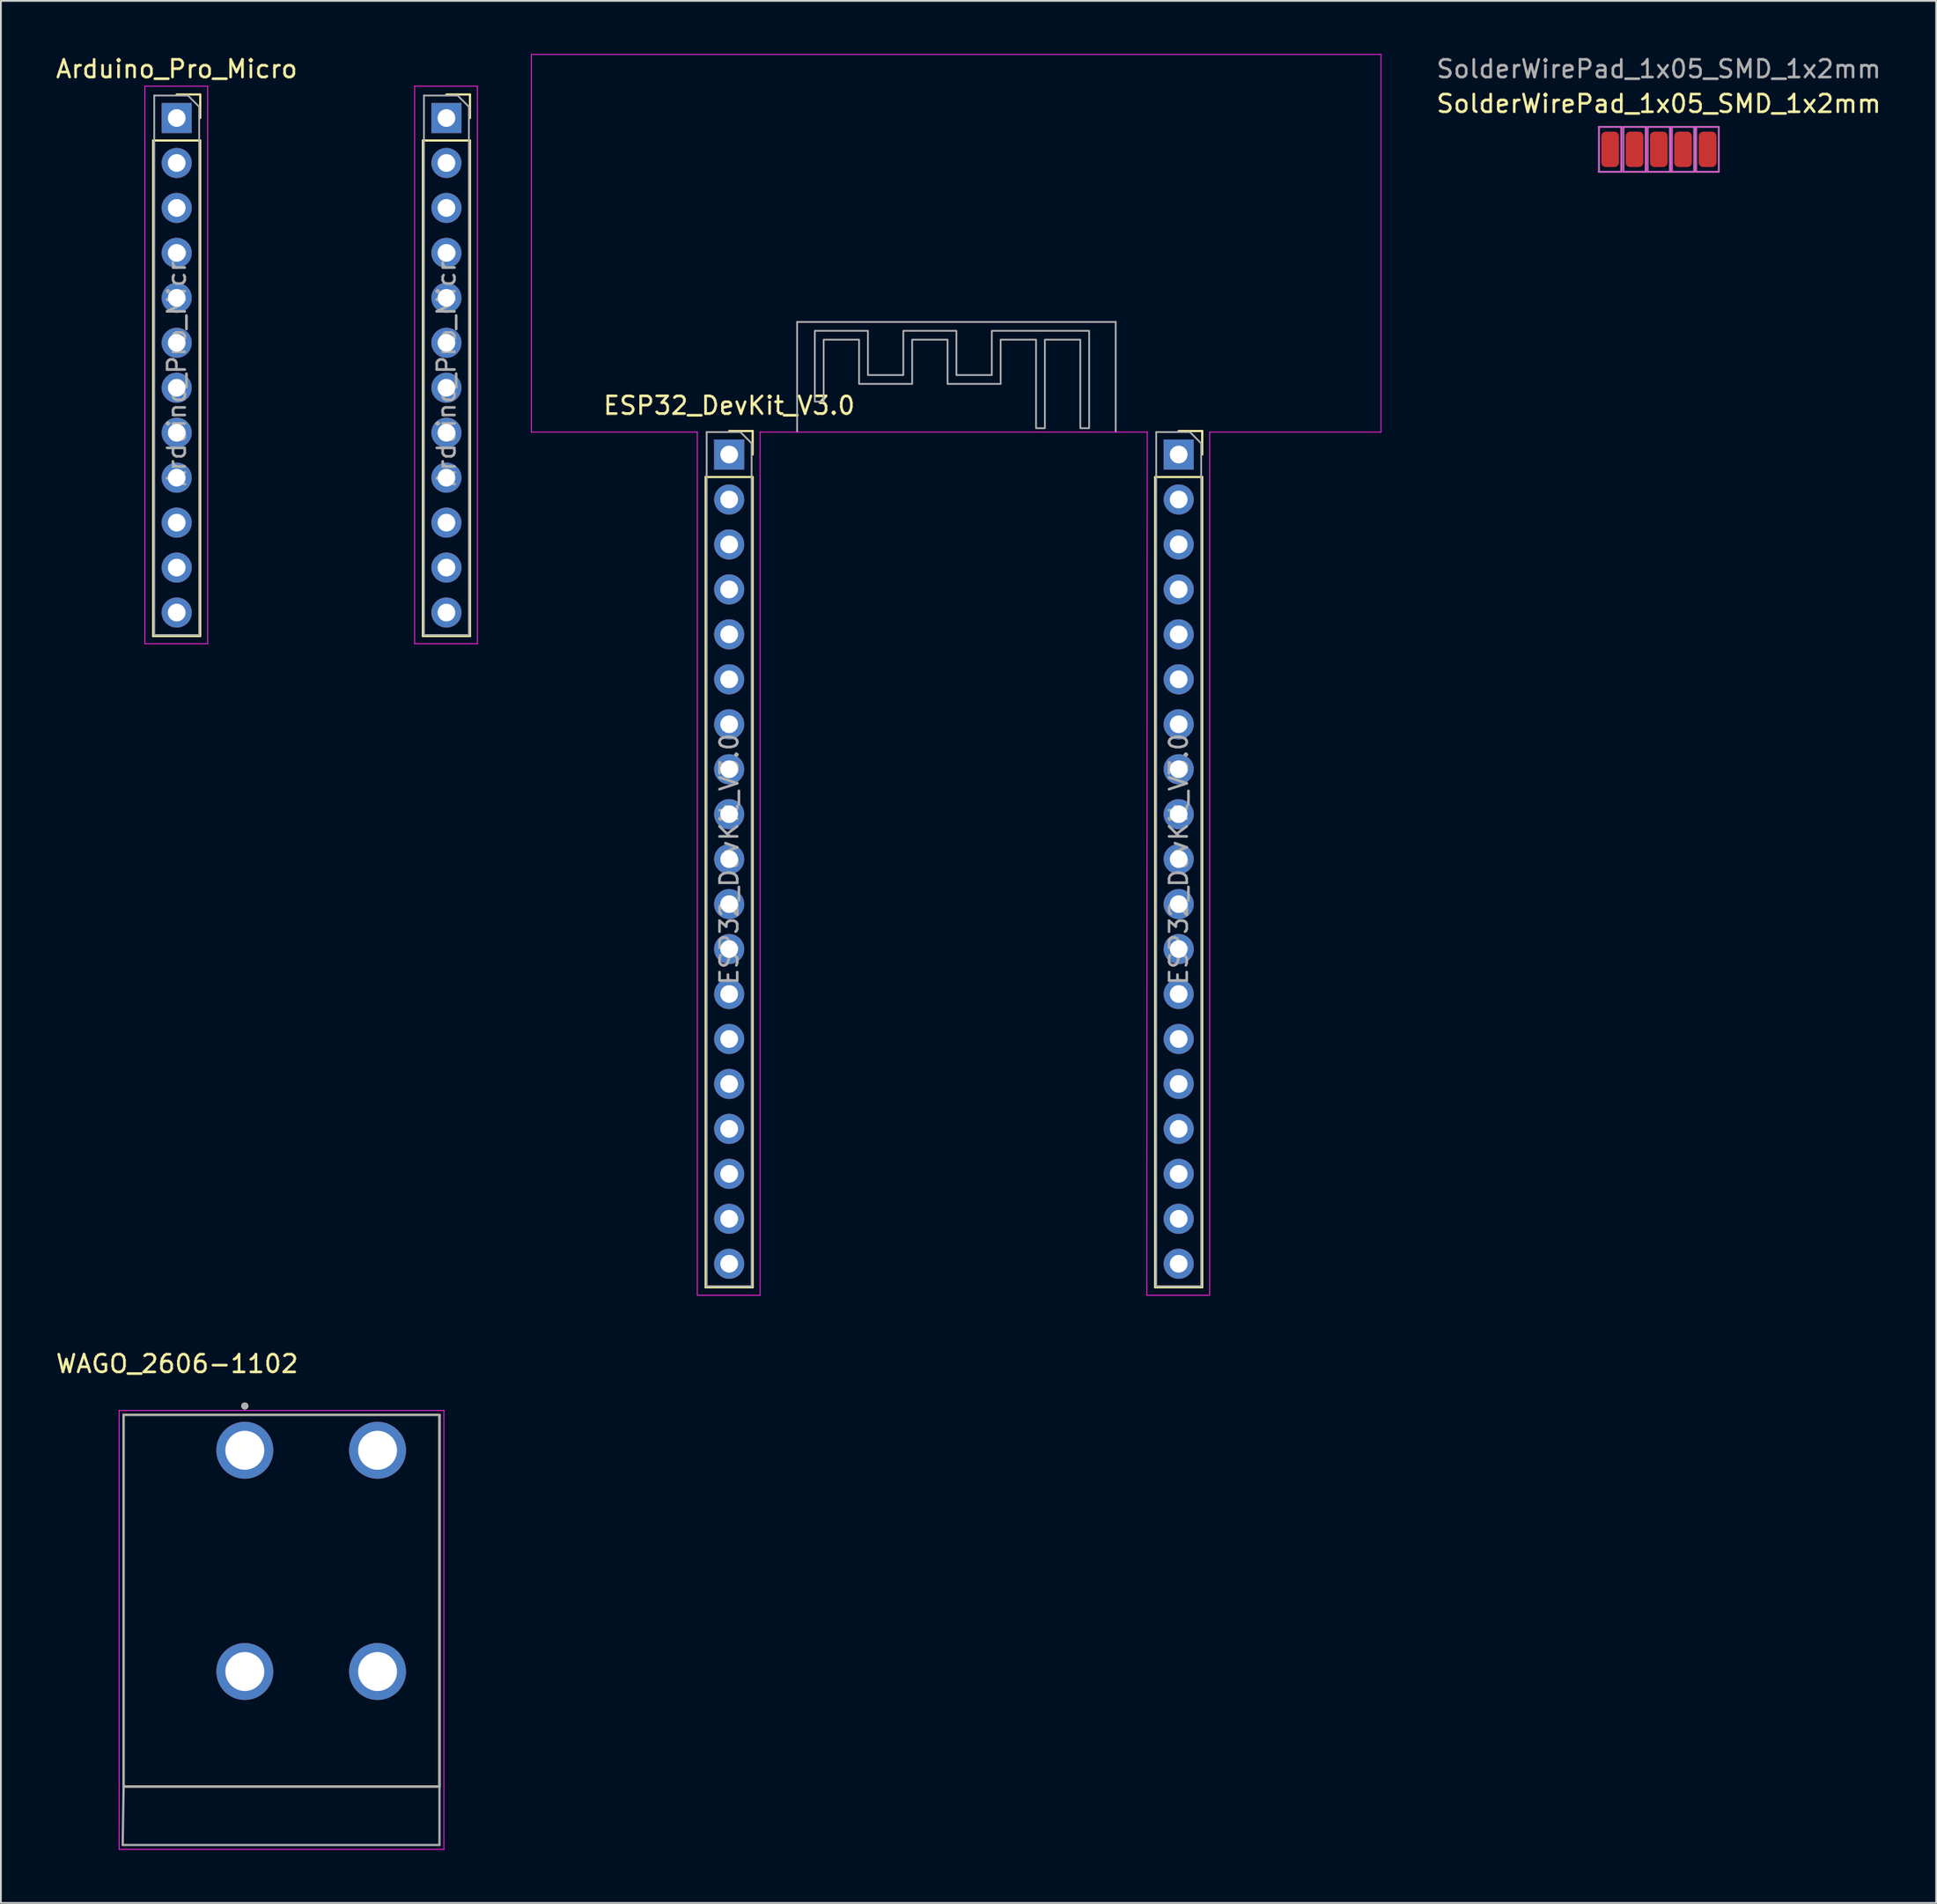
<source format=kicad_pcb>
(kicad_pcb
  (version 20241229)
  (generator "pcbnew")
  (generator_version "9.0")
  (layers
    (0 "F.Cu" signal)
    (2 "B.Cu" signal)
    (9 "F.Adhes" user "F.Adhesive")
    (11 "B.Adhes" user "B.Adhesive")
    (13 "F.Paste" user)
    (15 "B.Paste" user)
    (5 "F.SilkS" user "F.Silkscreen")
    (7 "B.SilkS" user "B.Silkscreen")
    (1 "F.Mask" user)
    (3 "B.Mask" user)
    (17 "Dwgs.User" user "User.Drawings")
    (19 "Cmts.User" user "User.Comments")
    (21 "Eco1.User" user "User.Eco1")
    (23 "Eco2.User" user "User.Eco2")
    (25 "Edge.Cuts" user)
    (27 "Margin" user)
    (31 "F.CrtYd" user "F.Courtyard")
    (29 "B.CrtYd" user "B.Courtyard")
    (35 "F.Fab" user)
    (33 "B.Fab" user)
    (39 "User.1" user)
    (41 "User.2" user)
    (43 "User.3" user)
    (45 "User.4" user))
  (footprint "Arduino_Pro_Micro"
    (layer "F.Cu")
    (at 6.935 3.618)
    (property "Reference" "Arduino_Pro_Micro" (at 0 -2.77 0) (layer "F.SilkS") (effects (font (size 1 1) (thickness 0.15))))
    (attr through_hole)
    (fp_line (start -1.33 1.27) (end -1.33 29.27) (stroke (width 0.12) (type solid)) (layer "F.SilkS"))
    (fp_line (start -1.33 1.27) (end 1.33 1.27) (stroke (width 0.12) (type solid)) (layer "F.SilkS"))
    (fp_line (start -1.33 29.27) (end 1.33 29.27) (stroke (width 0.12) (type solid)) (layer "F.SilkS"))
    (fp_line (start 0 -1.33) (end 1.33 -1.33) (stroke (width 0.12) (type solid)) (layer "F.SilkS"))
    (fp_line (start 1.33 -1.33) (end 1.33 0) (stroke (width 0.12) (type solid)) (layer "F.SilkS"))
    (fp_line (start 1.33 1.27) (end 1.33 29.27) (stroke (width 0.12) (type solid)) (layer "F.SilkS"))
    (fp_line (start 13.91 1.27) (end 13.91 29.27) (stroke (width 0.12) (type solid)) (layer "F.SilkS"))
    (fp_line (start 13.91 1.27) (end 16.57 1.27) (stroke (width 0.12) (type solid)) (layer "F.SilkS"))
    (fp_line (start 13.91 29.27) (end 16.57 29.27) (stroke (width 0.12) (type solid)) (layer "F.SilkS"))
    (fp_line (start 15.24 -1.33) (end 16.57 -1.33) (stroke (width 0.12) (type solid)) (layer "F.SilkS"))
    (fp_line (start 16.57 -1.33) (end 16.57 0) (stroke (width 0.12) (type solid)) (layer "F.SilkS"))
    (fp_line (start 16.57 1.27) (end 16.57 29.27) (stroke (width 0.12) (type solid)) (layer "F.SilkS"))
    (fp_line (start -1.8 -1.8) (end 1.75 -1.8) (stroke (width 0.05) (type solid)) (layer "F.CrtYd"))
    (fp_line (start -1.8 29.7) (end -1.8 -1.8) (stroke (width 0.05) (type solid)) (layer "F.CrtYd"))
    (fp_line (start 1.75 -1.8) (end 1.75 29.7) (stroke (width 0.05) (type solid)) (layer "F.CrtYd"))
    (fp_line (start 1.75 29.7) (end -1.8 29.7) (stroke (width 0.05) (type solid)) (layer "F.CrtYd"))
    (fp_line (start 13.44 -1.8) (end 16.99 -1.8) (stroke (width 0.05) (type solid)) (layer "F.CrtYd"))
    (fp_line (start 13.44 29.7) (end 13.44 -1.8) (stroke (width 0.05) (type solid)) (layer "F.CrtYd"))
    (fp_line (start 16.99 -1.8) (end 16.99 29.7) (stroke (width 0.05) (type solid)) (layer "F.CrtYd"))
    (fp_line (start 16.99 29.7) (end 13.44 29.7) (stroke (width 0.05) (type solid)) (layer "F.CrtYd"))
    (fp_line (start -1.27 -1.27) (end 0.635 -1.27) (stroke (width 0.1) (type solid)) (layer "F.Fab"))
    (fp_line (start -1.27 29.21) (end -1.27 -1.27) (stroke (width 0.1) (type solid)) (layer "F.Fab"))
    (fp_line (start 0.635 -1.27) (end 1.27 -0.635) (stroke (width 0.1) (type solid)) (layer "F.Fab"))
    (fp_line (start 1.27 -0.635) (end 1.27 29.21) (stroke (width 0.1) (type solid)) (layer "F.Fab"))
    (fp_line (start 1.27 29.21) (end -1.27 29.21) (stroke (width 0.1) (type solid)) (layer "F.Fab"))
    (fp_line (start 13.97 -1.27) (end 15.875 -1.27) (stroke (width 0.1) (type solid)) (layer "F.Fab"))
    (fp_line (start 13.97 29.21) (end 13.97 -1.27) (stroke (width 0.1) (type solid)) (layer "F.Fab"))
    (fp_line (start 15.875 -1.27) (end 16.51 -0.635) (stroke (width 0.1) (type solid)) (layer "F.Fab"))
    (fp_line (start 16.51 -0.635) (end 16.51 29.21) (stroke (width 0.1) (type solid)) (layer "F.Fab"))
    (fp_line (start 16.51 29.21) (end 13.97 29.21) (stroke (width 0.1) (type solid)) (layer "F.Fab"))
    (fp_text user "${REFERENCE}" (at 0 13.97 90) (layer "F.Fab") (effects (font (size 1 1) (thickness 0.15))))
    (fp_text user "${REFERENCE}" (at 15.24 13.97 90) (layer "F.Fab") (effects (font (size 1 1) (thickness 0.15))))
    (pad "1" thru_hole rect (at 0 0) (size 1.7 1.7) (drill 1) (layers "*.Cu" "*.Mask"))
    (pad "2" thru_hole circle (at 0 2.54) (size 1.7 1.7) (drill 1) (layers "*.Cu" "*.Mask"))
    (pad "3" thru_hole circle (at 0 5.08) (size 1.7 1.7) (drill 1) (layers "*.Cu" "*.Mask"))
    (pad "4" thru_hole circle (at 0 7.62) (size 1.7 1.7) (drill 1) (layers "*.Cu" "*.Mask"))
    (pad "5" thru_hole circle (at 0 10.16) (size 1.7 1.7) (drill 1) (layers "*.Cu" "*.Mask"))
    (pad "6" thru_hole circle (at 0 12.7) (size 1.7 1.7) (drill 1) (layers "*.Cu" "*.Mask"))
    (pad "7" thru_hole circle (at 0 15.24) (size 1.7 1.7) (drill 1) (layers "*.Cu" "*.Mask"))
    (pad "8" thru_hole circle (at 0 17.78) (size 1.7 1.7) (drill 1) (layers "*.Cu" "*.Mask"))
    (pad "9" thru_hole circle (at 0 20.32) (size 1.7 1.7) (drill 1) (layers "*.Cu" "*.Mask"))
    (pad "10" thru_hole circle (at 0 22.86) (size 1.7 1.7) (drill 1) (layers "*.Cu" "*.Mask"))
    (pad "11" thru_hole circle (at 0 25.4) (size 1.7 1.7) (drill 1) (layers "*.Cu" "*.Mask"))
    (pad "12" thru_hole circle (at 0 27.94) (size 1.7 1.7) (drill 1) (layers "*.Cu" "*.Mask"))
    (pad "13" thru_hole circle (at 15.24 27.94) (size 1.7 1.7) (drill 1) (layers "*.Cu" "*.Mask"))
    (pad "14" thru_hole circle (at 15.24 25.4) (size 1.7 1.7) (drill 1) (layers "*.Cu" "*.Mask"))
    (pad "15" thru_hole circle (at 15.24 22.86) (size 1.7 1.7) (drill 1) (layers "*.Cu" "*.Mask"))
    (pad "16" thru_hole circle (at 15.24 20.32) (size 1.7 1.7) (drill 1) (layers "*.Cu" "*.Mask"))
    (pad "17" thru_hole circle (at 15.24 17.78) (size 1.7 1.7) (drill 1) (layers "*.Cu" "*.Mask"))
    (pad "18" thru_hole circle (at 15.24 15.24) (size 1.7 1.7) (drill 1) (layers "*.Cu" "*.Mask"))
    (pad "19" thru_hole circle (at 15.24 12.7) (size 1.7 1.7) (drill 1) (layers "*.Cu" "*.Mask"))
    (pad "20" thru_hole circle (at 15.24 10.16) (size 1.7 1.7) (drill 1) (layers "*.Cu" "*.Mask"))
    (pad "21" thru_hole circle (at 15.24 7.62) (size 1.7 1.7) (drill 1) (layers "*.Cu" "*.Mask"))
    (pad "22" thru_hole circle (at 15.24 5.08) (size 1.7 1.7) (drill 1) (layers "*.Cu" "*.Mask"))
    (pad "23" thru_hole circle (at 15.24 2.54) (size 1.7 1.7) (drill 1) (layers "*.Cu" "*.Mask"))
    (pad "24" thru_hole rect (at 15.24 0) (size 1.7 1.7) (drill 1) (layers "*.Cu" "*.Mask")))
  (footprint "ESP32_DevKit_V3.0"
    (layer "F.Cu")
    (at 38.151 27.711)
    (property "Reference" "ESP32_DevKit_V3.0" (at 0 -7.85 0) (layer "F.SilkS") (effects (font (size 1 1) (thickness 0.15))))
    (attr through_hole)
    (fp_line (start -1.33 -3.81) (end -1.33 41.97) (stroke (width 0.12) (type solid)) (layer "F.SilkS"))
    (fp_line (start -1.33 -3.81) (end 1.33 -3.81) (stroke (width 0.12) (type solid)) (layer "F.SilkS"))
    (fp_line (start -1.33 41.97) (end 1.33 41.97) (stroke (width 0.12) (type solid)) (layer "F.SilkS"))
    (fp_line (start 0 -6.41) (end 1.33 -6.41) (stroke (width 0.12) (type solid)) (layer "F.SilkS"))
    (fp_line (start 1.33 -6.41) (end 1.33 -5.08) (stroke (width 0.12) (type solid)) (layer "F.SilkS"))
    (fp_line (start 1.33 -3.81) (end 1.33 41.97) (stroke (width 0.12) (type solid)) (layer "F.SilkS"))
    (fp_line (start 24.07 -3.81) (end 24.07 41.97) (stroke (width 0.12) (type solid)) (layer "F.SilkS"))
    (fp_line (start 24.07 -3.81) (end 26.73 -3.81) (stroke (width 0.12) (type solid)) (layer "F.SilkS"))
    (fp_line (start 24.07 41.97) (end 26.73 41.97) (stroke (width 0.12) (type solid)) (layer "F.SilkS"))
    (fp_line (start 25.4 -6.41) (end 26.73 -6.41) (stroke (width 0.12) (type solid)) (layer "F.SilkS"))
    (fp_line (start 26.73 -6.41) (end 26.73 -5.08) (stroke (width 0.12) (type solid)) (layer "F.SilkS"))
    (fp_line (start 26.73 -3.81) (end 26.73 41.97) (stroke (width 0.12) (type solid)) (layer "F.SilkS"))
    (fp_line (start -11.176 -27.686) (end -11.176 -6.35) (stroke (width 0.05) (type default)) (layer "F.CrtYd"))
    (fp_line (start -11.176 -6.35) (end -1.8 -6.35) (stroke (width 0.05) (type default)) (layer "F.CrtYd"))
    (fp_line (start -1.8 42.42) (end -1.8 -6.35) (stroke (width 0.05) (type solid)) (layer "F.CrtYd"))
    (fp_line (start 1.75 -6.35) (end 1.75 42.42) (stroke (width 0.05) (type solid)) (layer "F.CrtYd"))
    (fp_line (start 1.75 -6.35) (end 23.622 -6.35) (stroke (width 0.05) (type default)) (layer "F.CrtYd"))
    (fp_line (start 1.75 42.42) (end -1.8 42.42) (stroke (width 0.05) (type solid)) (layer "F.CrtYd"))
    (fp_line (start 23.6 42.42) (end 23.622 -6.35) (stroke (width 0.05) (type solid)) (layer "F.CrtYd"))
    (fp_line (start 27.15 -6.35) (end 27.15 42.42) (stroke (width 0.05) (type solid)) (layer "F.CrtYd"))
    (fp_line (start 27.15 -6.35) (end 36.83 -6.35) (stroke (width 0.05) (type default)) (layer "F.CrtYd"))
    (fp_line (start 27.15 42.42) (end 23.6 42.42) (stroke (width 0.05) (type solid)) (layer "F.CrtYd"))
    (fp_line (start 36.83 -27.686) (end -11.176 -27.686) (stroke (width 0.05) (type default)) (layer "F.CrtYd"))
    (fp_line (start 36.83 -6.35) (end 36.83 -27.686) (stroke (width 0.05) (type default)) (layer "F.CrtYd"))
    (fp_line (start -1.27 -6.35) (end 0.635 -6.35) (stroke (width 0.1) (type solid)) (layer "F.Fab"))
    (fp_line (start -1.27 41.91) (end -1.27 -6.35) (stroke (width 0.1) (type solid)) (layer "F.Fab"))
    (fp_line (start 0.635 -6.35) (end 1.27 -5.715) (stroke (width 0.1) (type solid)) (layer "F.Fab"))
    (fp_line (start 1.27 -5.715) (end 1.27 41.91) (stroke (width 0.1) (type solid)) (layer "F.Fab"))
    (fp_line (start 1.27 41.91) (end -1.27 41.91) (stroke (width 0.1) (type solid)) (layer "F.Fab"))
    (fp_line (start 3.84 -12.57) (end 21.84 -12.57) (stroke (width 0.1) (type solid)) (layer "F.Fab"))
    (fp_line (start 3.84 -6.38) (end 3.84 -12.57) (stroke (width 0.1) (type solid)) (layer "F.Fab"))
    (fp_line (start 21.84 -12.57) (end 21.84 -6.38) (stroke (width 0.1) (type solid)) (layer "F.Fab"))
    (fp_line (start 24.13 -6.35) (end 26.035 -6.35) (stroke (width 0.1) (type solid)) (layer "F.Fab"))
    (fp_line (start 24.13 41.91) (end 24.13 -6.35) (stroke (width 0.1) (type solid)) (layer "F.Fab"))
    (fp_line (start 26.035 -6.35) (end 26.67 -5.715) (stroke (width 0.1) (type solid)) (layer "F.Fab"))
    (fp_line (start 26.67 -5.715) (end 26.67 41.91) (stroke (width 0.1) (type solid)) (layer "F.Fab"))
    (fp_line (start 26.67 41.91) (end 24.13 41.91) (stroke (width 0.1) (type solid)) (layer "F.Fab"))
    (fp_poly (pts (xy 7.84 -9.57) (xy 9.84 -9.57) (xy 9.84 -12.07) (xy 12.84 -12.07) (xy 12.84 -9.57) (xy 14.84 -9.57) (xy 14.84 -12.07) (xy 20.34 -12.07) (xy 20.34 -6.57) (xy 19.84 -6.57) (xy 19.84 -11.57) (xy 17.84 -11.57) (xy 17.84 -6.57) (xy 17.34 -6.57) (xy 17.34 -11.57) (xy 15.34 -11.57) (xy 15.34 -9.07) (xy 12.34 -9.07) (xy 12.34 -11.57) (xy 10.34 -11.57) (xy 10.34 -9.07) (xy 7.34 -9.07) (xy 7.34 -11.57) (xy 5.34 -11.57) (xy 5.34 -8.07) (xy 4.84 -8.07) (xy 4.84 -12.07) (xy 7.84 -12.07)) (stroke (width 0.1) (type solid)) (fill no) (layer "F.Fab"))
    (fp_text user "${REFERENCE}" (at 25.4 17.78 90) (layer "F.Fab") (effects (font (size 1 1) (thickness 0.15))))
    (fp_text user "${REFERENCE}" (at 0 17.78 90) (layer "F.Fab") (effects (font (size 1 1) (thickness 0.15))))
    (pad "1" thru_hole rect (at 0 -5.08) (size 1.7 1.7) (drill 1) (layers "*.Cu" "*.Mask"))
    (pad "2" thru_hole circle (at 0 -2.54) (size 1.7 1.7) (drill 1) (layers "*.Cu" "*.Mask"))
    (pad "3" thru_hole circle (at 0 0) (size 1.7 1.7) (drill 1) (layers "*.Cu" "*.Mask"))
    (pad "4" thru_hole circle (at 0 2.54) (size 1.7 1.7) (drill 1) (layers "*.Cu" "*.Mask"))
    (pad "5" thru_hole circle (at 0 5.08) (size 1.7 1.7) (drill 1) (layers "*.Cu" "*.Mask"))
    (pad "6" thru_hole circle (at 0 7.62) (size 1.7 1.7) (drill 1) (layers "*.Cu" "*.Mask"))
    (pad "7" thru_hole circle (at 0 10.16) (size 1.7 1.7) (drill 1) (layers "*.Cu" "*.Mask"))
    (pad "8" thru_hole circle (at 0 12.7) (size 1.7 1.7) (drill 1) (layers "*.Cu" "*.Mask"))
    (pad "9" thru_hole circle (at 0 15.24) (size 1.7 1.7) (drill 1) (layers "*.Cu" "*.Mask"))
    (pad "10" thru_hole circle (at 0 17.78) (size 1.7 1.7) (drill 1) (layers "*.Cu" "*.Mask"))
    (pad "11" thru_hole circle (at 0 20.32) (size 1.7 1.7) (drill 1) (layers "*.Cu" "*.Mask"))
    (pad "12" thru_hole circle (at 0 22.86) (size 1.7 1.7) (drill 1) (layers "*.Cu" "*.Mask"))
    (pad "13" thru_hole circle (at 0 25.4) (size 1.7 1.7) (drill 1) (layers "*.Cu" "*.Mask"))
    (pad "14" thru_hole circle (at 0 27.94) (size 1.7 1.7) (drill 1) (layers "*.Cu" "*.Mask"))
    (pad "15" thru_hole circle (at 0 30.48) (size 1.7 1.7) (drill 1) (layers "*.Cu" "*.Mask"))
    (pad "16" thru_hole circle (at 0 33.02) (size 1.7 1.7) (drill 1) (layers "*.Cu" "*.Mask"))
    (pad "17" thru_hole circle (at 0 35.56) (size 1.7 1.7) (drill 1) (layers "*.Cu" "*.Mask"))
    (pad "18" thru_hole circle (at 0 38.1) (size 1.7 1.7) (drill 1) (layers "*.Cu" "*.Mask"))
    (pad "19" thru_hole circle (at 0 40.64) (size 1.7 1.7) (drill 1) (layers "*.Cu" "*.Mask"))
    (pad "20" thru_hole circle (at 25.4 40.64) (size 1.7 1.7) (drill 1) (layers "*.Cu" "*.Mask"))
    (pad "21" thru_hole circle (at 25.4 38.1) (size 1.7 1.7) (drill 1) (layers "*.Cu" "*.Mask"))
    (pad "22" thru_hole circle (at 25.4 35.56) (size 1.7 1.7) (drill 1) (layers "*.Cu" "*.Mask"))
    (pad "23" thru_hole circle (at 25.4 33.02) (size 1.7 1.7) (drill 1) (layers "*.Cu" "*.Mask"))
    (pad "24" thru_hole circle (at 25.4 30.48) (size 1.7 1.7) (drill 1) (layers "*.Cu" "*.Mask"))
    (pad "25" thru_hole circle (at 25.4 27.94) (size 1.7 1.7) (drill 1) (layers "*.Cu" "*.Mask"))
    (pad "26" thru_hole circle (at 25.4 25.4) (size 1.7 1.7) (drill 1) (layers "*.Cu" "*.Mask"))
    (pad "27" thru_hole circle (at 25.4 22.86) (size 1.7 1.7) (drill 1) (layers "*.Cu" "*.Mask"))
    (pad "28" thru_hole circle (at 25.4 20.32) (size 1.7 1.7) (drill 1) (layers "*.Cu" "*.Mask"))
    (pad "29" thru_hole circle (at 25.4 17.78) (size 1.7 1.7) (drill 1) (layers "*.Cu" "*.Mask"))
    (pad "30" thru_hole circle (at 25.4 15.24) (size 1.7 1.7) (drill 1) (layers "*.Cu" "*.Mask"))
    (pad "31" thru_hole circle (at 25.4 12.7) (size 1.7 1.7) (drill 1) (layers "*.Cu" "*.Mask"))
    (pad "32" thru_hole circle (at 25.4 10.16) (size 1.7 1.7) (drill 1) (layers "*.Cu" "*.Mask"))
    (pad "33" thru_hole circle (at 25.4 7.62) (size 1.7 1.7) (drill 1) (layers "*.Cu" "*.Mask"))
    (pad "34" thru_hole circle (at 25.4 5.08) (size 1.7 1.7) (drill 1) (layers "*.Cu" "*.Mask"))
    (pad "35" thru_hole circle (at 25.4 2.54) (size 1.7 1.7) (drill 1) (layers "*.Cu" "*.Mask"))
    (pad "36" thru_hole circle (at 25.4 0) (size 1.7 1.7) (drill 1) (layers "*.Cu" "*.Mask"))
    (pad "37" thru_hole circle (at 25.4 -2.54) (size 1.7 1.7) (drill 1) (layers "*.Cu" "*.Mask"))
    (pad "38" thru_hole rect (at 25.4 -5.08) (size 1.7 1.7) (drill 1) (layers "*.Cu" "*.Mask"))
    (zone (net_name "") (layers "F.Cu" "B.Cu") (hatch full 0.5) (connect_pads) (min_thickness 0.25) (filled_areas_thickness no) (keepout (tracks not_allowed) (vias not_allowed) (pads not_allowed) (copperpour not_allowed) (footprints not_allowed)) (placement (enabled no)) (fill) (polygon (pts (xy 26.991 0.141) (xy 74.991 0.141) (xy 74.991 21.331) (xy 26.991 21.331)))))
  (footprint "WAGO_2606-1102"
    (layer "F.Cu")
    (at 12.858 89.039)
    (property "Reference" "WAGO_2606-1102" (at -5.9 -15.035 0) (layer "F.SilkS") (effects (font (size 1 1) (thickness 0.15))))
    (attr through_hole)
    (fp_line (start -8.925 -12.15) (end 8.925 -12.15) (stroke (width 0.127) (type solid)) (layer "F.SilkS"))
    (fp_line (start -8.925 8.85) (end -8.925 -12.15) (stroke (width 0.127) (type solid)) (layer "F.SilkS"))
    (fp_line (start 8.925 -12.15) (end 8.925 8.85) (stroke (width 0.127) (type solid)) (layer "F.SilkS"))
    (fp_line (start 8.925 8.85) (end -8.925 8.85) (stroke (width 0.127) (type solid)) (layer "F.SilkS"))
    (fp_circle (center -2.075 -12.65) (end -1.975 -12.65) (stroke (width 0.2) (type solid)) (fill no) (layer "F.SilkS"))
    (fp_line (start -9.175 -12.4) (end -9.175 12.4) (stroke (width 0.05) (type solid)) (layer "F.CrtYd"))
    (fp_line (start -9.175 12.4) (end 9.175 12.4) (stroke (width 0.05) (type solid)) (layer "F.CrtYd"))
    (fp_line (start 9.175 -12.4) (end -9.175 -12.4) (stroke (width 0.05) (type solid)) (layer "F.CrtYd"))
    (fp_line (start 9.175 12.4) (end 9.175 -12.4) (stroke (width 0.05) (type solid)) (layer "F.CrtYd"))
    (fp_line (start -8.975 12.15) (end -8.925 8.85) (stroke (width 0.127) (type solid)) (layer "F.Fab"))
    (fp_line (start -8.925 -12.15) (end 8.925 -12.15) (stroke (width 0.127) (type solid)) (layer "F.Fab"))
    (fp_line (start -8.925 8.85) (end -8.925 -12.15) (stroke (width 0.127) (type solid)) (layer "F.Fab"))
    (fp_line (start 8.925 -12.15) (end 8.925 8.85) (stroke (width 0.127) (type solid)) (layer "F.Fab"))
    (fp_line (start 8.925 8.85) (end -8.925 8.85) (stroke (width 0.127) (type solid)) (layer "F.Fab"))
    (fp_line (start 8.925 8.85) (end 8.925 12.15) (stroke (width 0.127) (type solid)) (layer "F.Fab"))
    (fp_line (start 8.925 12.15) (end -8.975 12.15) (stroke (width 0.127) (type solid)) (layer "F.Fab"))
    (fp_circle (center -2.075 -12.65) (end -1.975 -12.65) (stroke (width 0.2) (type solid)) (fill no) (layer "F.Fab"))
    (pad "1_1" thru_hole circle (at -2.075 -10.15) (size 3.216 3.216) (drill 2.2) (layers "*.Cu" "*.Mask"))
    (pad "1_2" thru_hole circle (at -2.075 2.35) (size 3.216 3.216) (drill 2.2) (layers "*.Cu" "*.Mask"))
    (pad "2_1" thru_hole circle (at 5.425 -10.15) (size 3.216 3.216) (drill 2.2) (layers "*.Cu" "*.Mask"))
    (pad "2_2" thru_hole circle (at 5.425 2.35) (size 3.216 3.216) (drill 2.2) (layers "*.Cu" "*.Mask")))
  (footprint "SolderWirePad_1x05_SMD_1x2mm"
    (layer "F.Cu")
    (at 90.678 5.348)
    (property "Reference" "SolderWirePad_1x05_SMD_1x2mm" (at 0 -2.54 0) (layer "F.SilkS") (effects (font (size 1 1) (thickness 0.15))))
    (attr exclude_from_pos_files exclude_from_bom)
    (fp_line (start -3.38 -1.23) (end -3.38 1.31) (stroke (width 0.05) (type solid)) (layer "F.CrtYd"))
    (fp_line (start -3.38 1.31) (end -2.12 1.31) (stroke (width 0.05) (type solid)) (layer "F.CrtYd"))
    (fp_line (start -2.12 -1.23) (end -3.38 -1.23) (stroke (width 0.05) (type solid)) (layer "F.CrtYd"))
    (fp_line (start -2.12 1.31) (end -2.12 -1.23) (stroke (width 0.05) (type solid)) (layer "F.CrtYd"))
    (fp_line (start -2 -1.23) (end -2 1.31) (stroke (width 0.05) (type solid)) (layer "F.CrtYd"))
    (fp_line (start -2 1.31) (end -0.74 1.31) (stroke (width 0.05) (type solid)) (layer "F.CrtYd"))
    (fp_line (start -0.74 -1.23) (end -2 -1.23) (stroke (width 0.05) (type solid)) (layer "F.CrtYd"))
    (fp_line (start -0.74 1.31) (end -0.74 -1.23) (stroke (width 0.05) (type solid)) (layer "F.CrtYd"))
    (fp_line (start -0.63 -1.23) (end -0.63 1.31) (stroke (width 0.05) (type solid)) (layer "F.CrtYd"))
    (fp_line (start -0.63 1.31) (end 0.63 1.31) (stroke (width 0.05) (type solid)) (layer "F.CrtYd"))
    (fp_line (start 0.63 -1.23) (end -0.63 -1.23) (stroke (width 0.05) (type solid)) (layer "F.CrtYd"))
    (fp_line (start 0.63 1.31) (end 0.63 -1.23) (stroke (width 0.05) (type solid)) (layer "F.CrtYd"))
    (fp_line (start 0.74 -1.23) (end 0.74 1.31) (stroke (width 0.05) (type solid)) (layer "F.CrtYd"))
    (fp_line (start 0.74 1.31) (end 2 1.31) (stroke (width 0.05) (type solid)) (layer "F.CrtYd"))
    (fp_line (start 2 -1.23) (end 0.74 -1.23) (stroke (width 0.05) (type solid)) (layer "F.CrtYd"))
    (fp_line (start 2 1.31) (end 2 -1.23) (stroke (width 0.05) (type solid)) (layer "F.CrtYd"))
    (fp_line (start 2.11 1.31) (end 2.11 -1.23) (stroke (width 0.05) (type solid)) (layer "F.CrtYd"))
    (fp_line (start 2.13 1.31) (end 3.39 1.31) (stroke (width 0.05) (type solid)) (layer "F.CrtYd"))
    (fp_line (start 3.39 -1.23) (end 2.13 -1.23) (stroke (width 0.05) (type solid)) (layer "F.CrtYd"))
    (fp_line (start 3.39 1.31) (end 3.39 -1.23) (stroke (width 0.05) (type solid)) (layer "F.CrtYd"))
    (fp_line (start -3.38 -1.23) (end -2.12 -1.23) (stroke (width 0.1) (type solid)) (layer "F.Fab"))
    (fp_line (start -3.38 1.31) (end -3.38 -1.23) (stroke (width 0.1) (type solid)) (layer "F.Fab"))
    (fp_line (start -2.12 -1.23) (end -2.12 1.31) (stroke (width 0.1) (type solid)) (layer "F.Fab"))
    (fp_line (start -2.12 1.31) (end -3.38 1.31) (stroke (width 0.1) (type solid)) (layer "F.Fab"))
    (fp_line (start -2 -1.23) (end -0.74 -1.23) (stroke (width 0.1) (type solid)) (layer "F.Fab"))
    (fp_line (start -2 1.31) (end -2 -1.23) (stroke (width 0.1) (type solid)) (layer "F.Fab"))
    (fp_line (start -0.74 -1.23) (end -0.74 1.31) (stroke (width 0.1) (type solid)) (layer "F.Fab"))
    (fp_line (start -0.74 1.31) (end -2 1.31) (stroke (width 0.1) (type solid)) (layer "F.Fab"))
    (fp_line (start -0.63 -1.23) (end 0.63 -1.23) (stroke (width 0.1) (type solid)) (layer "F.Fab"))
    (fp_line (start -0.63 1.31) (end -0.63 -1.23) (stroke (width 0.1) (type solid)) (layer "F.Fab"))
    (fp_line (start 0.63 -1.23) (end 0.63 1.31) (stroke (width 0.1) (type solid)) (layer "F.Fab"))
    (fp_line (start 0.63 1.31) (end -0.63 1.31) (stroke (width 0.1) (type solid)) (layer "F.Fab"))
    (fp_line (start 0.74 -1.23) (end 2 -1.23) (stroke (width 0.1) (type solid)) (layer "F.Fab"))
    (fp_line (start 0.74 1.31) (end 0.74 -1.23) (stroke (width 0.1) (type solid)) (layer "F.Fab"))
    (fp_line (start 2 -1.23) (end 2 1.31) (stroke (width 0.1) (type solid)) (layer "F.Fab"))
    (fp_line (start 2 1.31) (end 0.74 1.31) (stroke (width 0.1) (type solid)) (layer "F.Fab"))
    (fp_line (start 2.11 -1.23) (end 2.11 1.31) (stroke (width 0.1) (type solid)) (layer "F.Fab"))
    (fp_line (start 2.13 -1.23) (end 3.39 -1.23) (stroke (width 0.1) (type solid)) (layer "F.Fab"))
    (fp_line (start 3.39 -1.23) (end 3.39 1.31) (stroke (width 0.1) (type solid)) (layer "F.Fab"))
    (fp_line (start 3.39 1.31) (end 2.13 1.31) (stroke (width 0.1) (type solid)) (layer "F.Fab"))
    (fp_text user "${REFERENCE}" (at 0 -4.5 0) (layer "F.Fab") (effects (font (size 1 1) (thickness 0.15))))
    (pad "1" smd roundrect (at -2.75 0.04) (size 1 2) (layers "F.Cu" "F.Mask" "F.Paste") (roundrect_rratio 0.25))
    (pad "2" smd roundrect (at -1.37 0.04) (size 1 2) (layers "F.Cu" "F.Mask" "F.Paste") (roundrect_rratio 0.25))
    (pad "3" smd roundrect (at 0 0.04) (size 1 2) (layers "F.Cu" "F.Mask" "F.Paste") (roundrect_rratio 0.25))
    (pad "4" smd roundrect (at 1.37 0.04) (size 1 2) (layers "F.Cu" "F.Mask" "F.Paste") (roundrect_rratio 0.25))
    (pad "5" smd roundrect (at 2.76 0.04) (size 1 2) (layers "F.Cu" "F.Mask" "F.Paste") (roundrect_rratio 0.25)))
  (gr_rect
    (start -3 -3)
    (end 106.351 104.464)
    (stroke (width 0.1) (type default))
    (fill no)
    (layer "Edge.Cuts")))
</source>
